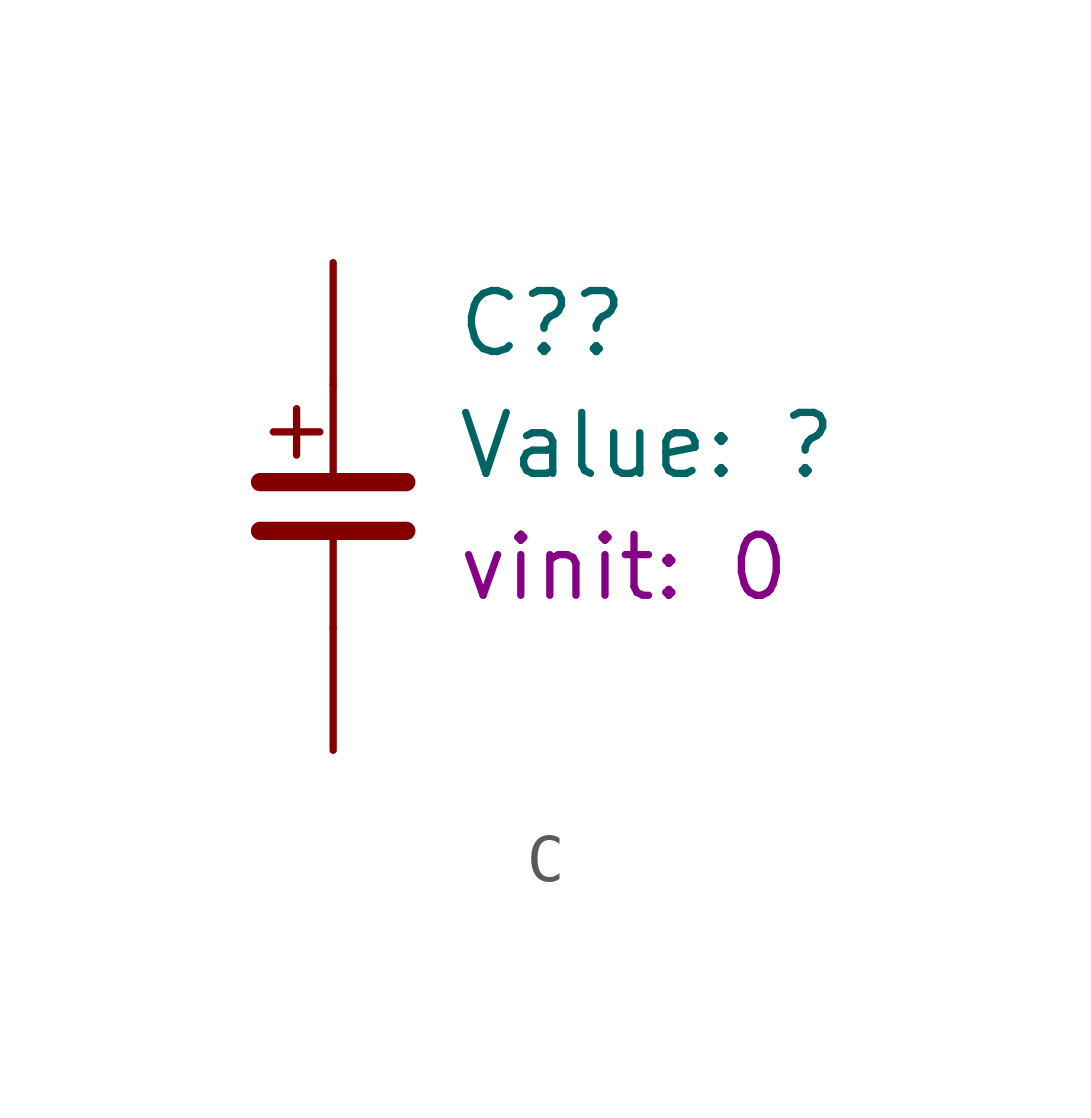
<source format=kicad_sym>
(kicad_symbol_lib
  (version 20231120)
  (generator "kicad_symbol_editor")
  (generator_version "8.0")
  (symbol "C"
    (pin_numbers hide)
    (pin_names
      (offset 1.016) hide)
    (property "Reference" "C?"
      (at 2.54 3.81 0)
      (effects (font (size 1.27 1.27)) (justify left)))
    (property "Value" "?"
      (at 2.54 1.27 0)
      (show_name)
      (effects (font (size 1.27 1.27)) (justify left)))
    (property "vinit" "0"
      (at 2.54 -1.27 0)
      (show_name)
      (effects (font (size 1.27 1.27)) (justify left)))
    (symbol "C_0_0"
      (text "+" (at -0.762 1.651 0) (effects (font (size 1.27 1.27)))))
    (symbol "C_0_1"
      (polyline (pts (xy -1.524 -0.508) (xy 1.524 -0.508)) (stroke (width 0.381) (type solid)) (fill (type none)))
      (polyline (pts (xy -1.524 0.508) (xy 1.524 0.508)) (stroke (width 0.381) (type solid)) (fill (type none)))
      (polyline (pts (xy 0 -2.54) (xy 0 -0.508)) (stroke (width 0) (type solid)) (fill (type none)))
      (polyline (pts (xy 0 2.54) (xy 0 0.508)) (stroke (width 0) (type solid)) (fill (type none))))
    (symbol "C_1_0"
      (pin passive line (at 0 5.08 270) (length 2.54) (name "1" (effects (font (size 1.27 1.27)))) (number "1" (effects (font (size 1.27 1.27)))))
      (pin passive line (at 0 -5.08 90) (length 2.54) (name "2" (effects (font (size 1.27 1.27)))) (number "2" (effects (font (size 1.27 1.27))))))))
</source>
